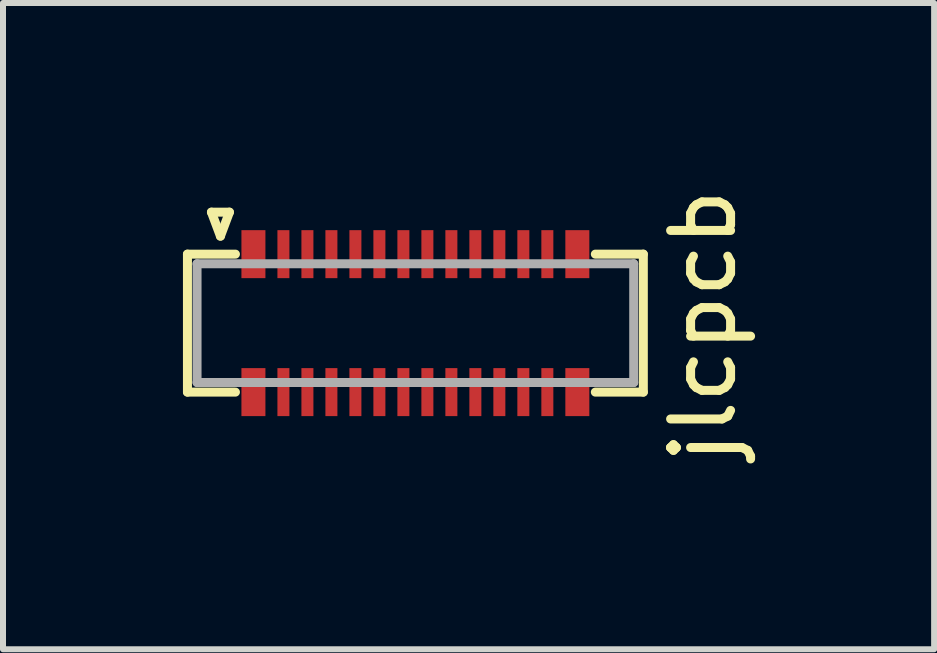
<source format=kicad_pcb>
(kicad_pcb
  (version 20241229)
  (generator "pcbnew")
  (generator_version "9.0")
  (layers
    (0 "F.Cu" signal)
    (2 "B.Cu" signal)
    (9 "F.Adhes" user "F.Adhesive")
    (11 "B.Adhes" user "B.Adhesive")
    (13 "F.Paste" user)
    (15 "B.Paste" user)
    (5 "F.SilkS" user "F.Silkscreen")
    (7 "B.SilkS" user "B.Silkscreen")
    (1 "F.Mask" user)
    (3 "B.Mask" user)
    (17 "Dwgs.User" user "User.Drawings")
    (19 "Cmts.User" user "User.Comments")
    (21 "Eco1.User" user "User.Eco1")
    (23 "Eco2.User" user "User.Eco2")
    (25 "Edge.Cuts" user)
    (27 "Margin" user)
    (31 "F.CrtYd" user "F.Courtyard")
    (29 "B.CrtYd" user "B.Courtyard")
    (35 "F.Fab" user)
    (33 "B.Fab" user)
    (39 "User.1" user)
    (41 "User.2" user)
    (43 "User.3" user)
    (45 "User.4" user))
  (footprint "jlcpcb"
    (layer "F.Cu")
    (at 3.875 2.337)
    (property "Reference" "jlcpcb" (at 4.8 0.05 90) (layer "F.SilkS") (effects (font (size 1 1) (thickness 0.15))))
    (attr smd)
    (fp_line (start -3.8 -1.15) (end -3 -1.15) (stroke (width 0.15) (type solid)) (layer "F.SilkS"))
    (fp_line (start -3.8 1.15) (end -3.8 -1.15) (stroke (width 0.15) (type solid)) (layer "F.SilkS"))
    (fp_line (start -3.4 -1.85) (end -3.1 -1.85) (stroke (width 0.15) (type solid)) (layer "F.SilkS"))
    (fp_line (start -3.25 -1.45) (end -3.4 -1.85) (stroke (width 0.15) (type solid)) (layer "F.SilkS"))
    (fp_line (start -3.1 -1.85) (end -3.25 -1.45) (stroke (width 0.15) (type solid)) (layer "F.SilkS"))
    (fp_line (start -3 1.15) (end -3.8 1.15) (stroke (width 0.15) (type solid)) (layer "F.SilkS"))
    (fp_line (start 3 -1.15) (end 3.8 -1.15) (stroke (width 0.15) (type solid)) (layer "F.SilkS"))
    (fp_line (start 3.8 -1.15) (end 3.8 1.15) (stroke (width 0.15) (type solid)) (layer "F.SilkS"))
    (fp_line (start 3.8 1.15) (end 3 1.15) (stroke (width 0.15) (type solid)) (layer "F.SilkS"))
    (fp_line (start -3.64 -0.99) (end 3.64 -0.99) (stroke (width 0.15) (type solid)) (layer "F.Fab"))
    (fp_line (start -3.64 0.99) (end -3.64 -0.99) (stroke (width 0.15) (type solid)) (layer "F.Fab"))
    (fp_line (start 3.64 -0.99) (end 3.64 0.99) (stroke (width 0.15) (type solid)) (layer "F.Fab"))
    (fp_line (start 3.64 0.99) (end -3.64 0.99) (stroke (width 0.15) (type solid)) (layer "F.Fab"))
    (pad "1" smd rect (at -2.7 -1.15) (size 0.4 0.8) (layers "F.Cu" "F.Mask" "F.Paste"))
    (pad "2" smd rect (at -2.2 -1.15) (size 0.2 0.8) (layers "F.Cu" "F.Mask" "F.Paste"))
    (pad "3" smd rect (at -1.8 -1.15) (size 0.2 0.8) (layers "F.Cu" "F.Mask" "F.Paste"))
    (pad "4" smd rect (at -1.4 -1.15) (size 0.2 0.8) (layers "F.Cu" "F.Mask" "F.Paste"))
    (pad "5" smd rect (at -1 -1.15) (size 0.2 0.8) (layers "F.Cu" "F.Mask" "F.Paste"))
    (pad "6" smd rect (at -0.6 -1.15) (size 0.2 0.8) (layers "F.Cu" "F.Mask" "F.Paste"))
    (pad "7" smd rect (at -0.2 -1.15) (size 0.2 0.8) (layers "F.Cu" "F.Mask" "F.Paste"))
    (pad "8" smd rect (at 0.2 -1.15) (size 0.2 0.8) (layers "F.Cu" "F.Mask" "F.Paste"))
    (pad "9" smd rect (at 0.6 -1.15) (size 0.2 0.8) (layers "F.Cu" "F.Mask" "F.Paste"))
    (pad "10" smd rect (at 1 -1.15) (size 0.2 0.8) (layers "F.Cu" "F.Mask" "F.Paste"))
    (pad "11" smd rect (at 1.4 -1.15) (size 0.2 0.8) (layers "F.Cu" "F.Mask" "F.Paste"))
    (pad "12" smd rect (at 1.8 -1.15) (size 0.2 0.8) (layers "F.Cu" "F.Mask" "F.Paste"))
    (pad "13" smd rect (at 2.2 -1.15) (size 0.2 0.8) (layers "F.Cu" "F.Mask" "F.Paste"))
    (pad "14" smd rect (at 2.7 -1.15) (size 0.4 0.8) (layers "F.Cu" "F.Mask" "F.Paste"))
    (pad "15" smd rect (at 2.7 1.15) (size 0.4 0.8) (layers "F.Cu" "F.Mask" "F.Paste"))
    (pad "16" smd rect (at 2.2 1.15) (size 0.2 0.8) (layers "F.Cu" "F.Mask" "F.Paste"))
    (pad "17" smd rect (at 1.8 1.15) (size 0.2 0.8) (layers "F.Cu" "F.Mask" "F.Paste"))
    (pad "18" smd rect (at 1.4 1.15) (size 0.2 0.8) (layers "F.Cu" "F.Mask" "F.Paste"))
    (pad "19" smd rect (at 1 1.15) (size 0.2 0.8) (layers "F.Cu" "F.Mask" "F.Paste"))
    (pad "20" smd rect (at 0.6 1.15) (size 0.2 0.8) (layers "F.Cu" "F.Mask" "F.Paste"))
    (pad "21" smd rect (at 0.2 1.15) (size 0.2 0.8) (layers "F.Cu" "F.Mask" "F.Paste"))
    (pad "22" smd rect (at -0.2 1.15) (size 0.2 0.8) (layers "F.Cu" "F.Mask" "F.Paste"))
    (pad "23" smd rect (at -0.6 1.15) (size 0.2 0.8) (layers "F.Cu" "F.Mask" "F.Paste"))
    (pad "24" smd rect (at -1 1.15) (size 0.2 0.8) (layers "F.Cu" "F.Mask" "F.Paste"))
    (pad "25" smd rect (at -1.4 1.15) (size 0.2 0.8) (layers "F.Cu" "F.Mask" "F.Paste"))
    (pad "26" smd rect (at -1.8 1.15) (size 0.2 0.8) (layers "F.Cu" "F.Mask" "F.Paste"))
    (pad "27" smd rect (at -2.2 1.15) (size 0.2 0.8) (layers "F.Cu" "F.Mask" "F.Paste"))
    (pad "28" smd rect (at -2.7 1.15) (size 0.4 0.8) (layers "F.Cu" "F.Mask" "F.Paste")))
  (gr_rect
    (start -3 -3)
    (end 12.523 7.774)
    (stroke (width 0.1) (type default))
    (fill no)
    (layer "Edge.Cuts")))
</source>
